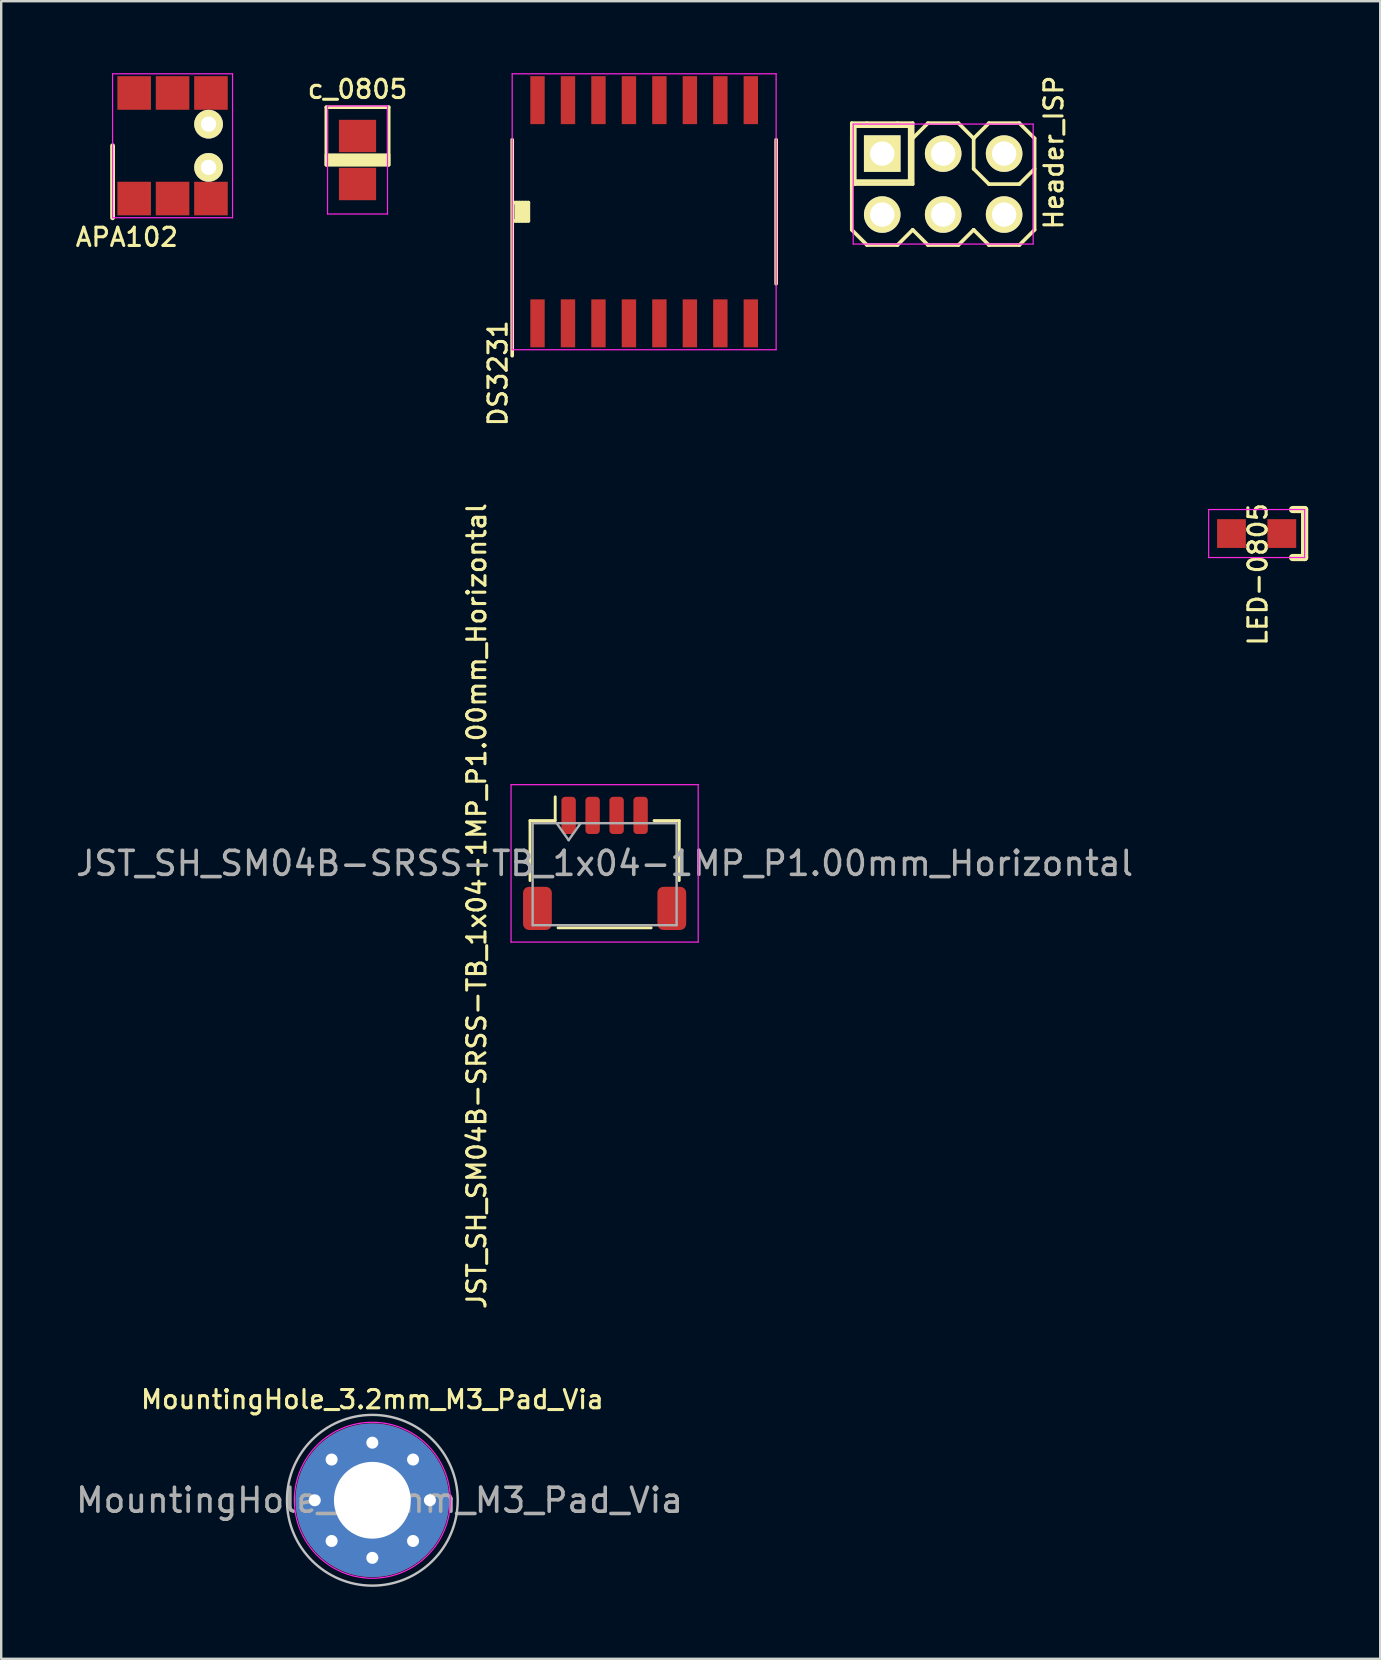
<source format=kicad_pcb>
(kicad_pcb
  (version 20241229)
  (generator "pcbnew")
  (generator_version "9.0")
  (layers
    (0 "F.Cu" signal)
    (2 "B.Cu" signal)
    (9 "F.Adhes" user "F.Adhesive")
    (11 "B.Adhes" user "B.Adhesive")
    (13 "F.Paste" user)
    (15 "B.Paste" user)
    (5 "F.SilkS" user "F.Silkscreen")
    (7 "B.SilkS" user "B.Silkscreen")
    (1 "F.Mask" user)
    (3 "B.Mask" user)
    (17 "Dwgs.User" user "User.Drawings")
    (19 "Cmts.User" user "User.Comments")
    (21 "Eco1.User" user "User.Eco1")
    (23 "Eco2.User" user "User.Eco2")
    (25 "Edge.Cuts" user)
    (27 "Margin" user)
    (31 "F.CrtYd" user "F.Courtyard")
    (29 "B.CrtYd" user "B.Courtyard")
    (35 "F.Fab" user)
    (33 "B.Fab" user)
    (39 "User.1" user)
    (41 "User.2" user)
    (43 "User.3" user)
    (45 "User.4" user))
  (footprint "APA102"
    (layer "F.Cu")
    (at 4.142 3.025)
    (property "Reference" "APA102" (at -1.905 3.81 0) (layer "F.SilkS") (effects (font (size 0.762 0.762) (thickness 0.127))))
    (attr smd)
    (fp_line (start -2.5 0) (end -2.5 3) (stroke (width 0.2) (type solid)) (layer "F.SilkS"))
    (fp_line (start -2.5 -3) (end -2.5 3) (stroke (width 0.05) (type solid)) (layer "F.CrtYd"))
    (fp_line (start -2.5 3) (end 2.5 3) (stroke (width 0.05) (type solid)) (layer "F.CrtYd"))
    (fp_line (start 2.5 -3) (end -2.5 -3) (stroke (width 0.05) (type solid)) (layer "F.CrtYd"))
    (fp_line (start 2.5 3) (end 2.5 -3) (stroke (width 0.05) (type solid)) (layer "F.CrtYd"))
    (pad "1" smd rect (at -1.6 2.2 90) (size 1.4 1.4) (layers "F.Cu" "F.Mask" "F.Paste"))
    (pad "2" smd rect (at 0 2.2 90) (size 1.4 1.4) (layers "F.Cu" "F.Mask" "F.Paste"))
    (pad "3" thru_hole circle (at 1.5 0.9) (size 1.2 1.2) (drill 0.635) (layers "*.Cu" "F.SilkS"))
    (pad "3" smd rect (at 1.6 2.2 90) (size 1.4 1.4) (layers "F.Cu" "F.Mask" "F.Paste"))
    (pad "4" thru_hole circle (at 1.5 -0.9) (size 1.2 1.2) (drill 0.635) (layers "*.Cu" "F.SilkS"))
    (pad "4" smd rect (at 1.6 -2.2 90) (size 1.4 1.4) (layers "F.Cu" "F.Mask" "F.Paste"))
    (pad "5" smd rect (at 0 -2.2 90) (size 1.4 1.4) (layers "F.Cu" "F.Mask" "F.Paste"))
    (pad "6" smd rect (at -1.6 -2.2 90) (size 1.4 1.4) (layers "F.Cu" "F.Mask" "F.Paste")))
  (footprint "c_0805"
    (layer "F.Cu")
    (at 11.85 3.619)
    (property "Reference" "c_0805" (at 0 -2.95 180) (layer "F.SilkS") (effects (font (size 0.762 0.762) (thickness 0.127))))
    (attr smd)
    (fp_line (start -1.3 -2.2) (end 1.3 -2.2) (stroke (width 0.15) (type solid)) (layer "F.SilkS"))
    (fp_line (start -1.3 -0.2) (end 1.3 -0.2) (stroke (width 0.15) (type solid)) (layer "F.SilkS"))
    (fp_line (start -1.3 -0.1) (end 1.3 -0.1) (stroke (width 0.15) (type solid)) (layer "F.SilkS"))
    (fp_line (start -1.3 0.1) (end 1.3 0.1) (stroke (width 0.15) (type solid)) (layer "F.SilkS"))
    (fp_line (start -1.3 0.2) (end -1.3 -2.2) (stroke (width 0.15) (type solid)) (layer "F.SilkS"))
    (fp_line (start -1.3 0.2) (end 1.3 0.2) (stroke (width 0.15) (type solid)) (layer "F.SilkS"))
    (fp_line (start 1.3 -2.2) (end 1.3 0.2) (stroke (width 0.15) (type solid)) (layer "F.SilkS"))
    (fp_line (start 1.3 0) (end -1.3 0) (stroke (width 0.15) (type solid)) (layer "F.SilkS"))
    (fp_line (start -1.25 -2.25) (end 1.25 -2.25) (stroke (width 0.05) (type solid)) (layer "F.CrtYd"))
    (fp_line (start -1.25 2.25) (end -1.25 -2.25) (stroke (width 0.05) (type solid)) (layer "F.CrtYd"))
    (fp_line (start 1.25 -2.25) (end 1.25 2.25) (stroke (width 0.05) (type solid)) (layer "F.CrtYd"))
    (fp_line (start 1.25 2.25) (end -1.25 2.25) (stroke (width 0.05) (type solid)) (layer "F.CrtYd"))
    (pad "1" smd rect (at 0 -1 90) (size 1.35 1.55) (layers "F.Cu" "F.Mask" "F.Paste"))
    (pad "2" smd rect (at 0 1 90) (size 1.35 1.55) (layers "F.Cu" "F.Mask" "F.Paste")))
  (footprint "MountingHole_3.2mm_M3_Pad_Via"
    (layer "F.Cu")
    (at 12.468 59.477)
    (property "Reference" "MountingHole_3.2mm_M3_Pad_Via" (at 0 -4.2 0) (layer "F.SilkS") (effects (font (size 0.762 0.762) (thickness 0.127))))
    (attr exclude_from_pos_files exclude_from_bom)
    (fp_circle (center 0 0) (end 3.556 0.127) (stroke (width 0.1) (type solid)) (fill no) (layer "Dwgs.User"))
    (fp_circle (center 0 0) (end 3.25 0) (stroke (width 0.05) (type solid)) (fill no) (layer "F.CrtYd"))
    (fp_text user "${REFERENCE}" (at 0.3 0 0) (layer "F.Fab") (effects (font (size 1 1) (thickness 0.15))))
    (pad "1" thru_hole circle (at -2.4 0) (size 0.8 0.8) (drill 0.5) (layers "*.Cu" "*.Mask"))
    (pad "1" thru_hole circle (at -1.697 -1.697) (size 0.8 0.8) (drill 0.5) (layers "*.Cu" "*.Mask"))
    (pad "1" thru_hole circle (at -1.697 1.697) (size 0.8 0.8) (drill 0.5) (layers "*.Cu" "*.Mask"))
    (pad "1" thru_hole circle (at 0 -2.4) (size 0.8 0.8) (drill 0.5) (layers "*.Cu" "*.Mask"))
    (pad "1" thru_hole circle (at 0 0) (size 6.4 6.4) (drill 3.2) (layers "*.Cu" "*.Mask"))
    (pad "1" thru_hole circle (at 0 2.4) (size 0.8 0.8) (drill 0.5) (layers "*.Cu" "*.Mask"))
    (pad "1" thru_hole circle (at 1.697 -1.697) (size 0.8 0.8) (drill 0.5) (layers "*.Cu" "*.Mask"))
    (pad "1" thru_hole circle (at 1.697 1.697) (size 0.8 0.8) (drill 0.5) (layers "*.Cu" "*.Mask"))
    (pad "1" thru_hole circle (at 2.4 0) (size 0.8 0.8) (drill 0.5) (layers "*.Cu" "*.Mask")))
  (footprint "JST_SH_SM04B-SRSS-TB_1x04-1MP_P1.00mm_Horizontal"
    (layer "F.Cu")
    (at 22.149 32.934)
    (property "Reference" "JST_SH_SM04B-SRSS-TB_1x04-1MP_P1.00mm_Horizontal" (at -5.334 1.778 90) (layer "F.SilkS") (effects (font (size 0.762 0.762) (thickness 0.127))))
    (attr smd)
    (fp_line (start -3.11 -1.785) (end -2.06 -1.785) (stroke (width 0.12) (type solid)) (layer "F.SilkS"))
    (fp_line (start -3.11 0.715) (end -3.11 -1.785) (stroke (width 0.12) (type solid)) (layer "F.SilkS"))
    (fp_line (start -2.06 -1.785) (end -2.06 -2.775) (stroke (width 0.12) (type solid)) (layer "F.SilkS"))
    (fp_line (start -1.94 2.685) (end 1.94 2.685) (stroke (width 0.12) (type solid)) (layer "F.SilkS"))
    (fp_line (start 3.11 -1.785) (end 2.06 -1.785) (stroke (width 0.12) (type solid)) (layer "F.SilkS"))
    (fp_line (start 3.11 0.715) (end 3.11 -1.785) (stroke (width 0.12) (type solid)) (layer "F.SilkS"))
    (fp_line (start -3.9 -3.28) (end -3.9 3.28) (stroke (width 0.05) (type solid)) (layer "F.CrtYd"))
    (fp_line (start -3.9 3.28) (end 3.9 3.28) (stroke (width 0.05) (type solid)) (layer "F.CrtYd"))
    (fp_line (start 3.9 -3.28) (end -3.9 -3.28) (stroke (width 0.05) (type solid)) (layer "F.CrtYd"))
    (fp_line (start 3.9 3.28) (end 3.9 -3.28) (stroke (width 0.05) (type solid)) (layer "F.CrtYd"))
    (fp_line (start -3 -1.675) (end -3 2.575) (stroke (width 0.1) (type solid)) (layer "F.Fab"))
    (fp_line (start -3 -1.675) (end 3 -1.675) (stroke (width 0.1) (type solid)) (layer "F.Fab"))
    (fp_line (start -3 2.575) (end 3 2.575) (stroke (width 0.1) (type solid)) (layer "F.Fab"))
    (fp_line (start -2 -1.675) (end -1.5 -0.968) (stroke (width 0.1) (type solid)) (layer "F.Fab"))
    (fp_line (start -1.5 -0.968) (end -1 -1.675) (stroke (width 0.1) (type solid)) (layer "F.Fab"))
    (fp_line (start 3 -1.675) (end 3 2.575) (stroke (width 0.1) (type solid)) (layer "F.Fab"))
    (fp_text user "${REFERENCE}" (at 0 0 0) (layer "F.Fab") (effects (font (size 1 1) (thickness 0.15))))
    (pad "1" smd roundrect (at -1.5 -2) (size 0.6 1.55) (layers "F.Cu" "F.Mask" "F.Paste") (roundrect_rratio 0.25))
    (pad "2" smd roundrect (at -0.5 -2) (size 0.6 1.55) (layers "F.Cu" "F.Mask" "F.Paste") (roundrect_rratio 0.25))
    (pad "3" smd roundrect (at 0.5 -2) (size 0.6 1.55) (layers "F.Cu" "F.Mask" "F.Paste") (roundrect_rratio 0.25))
    (pad "4" smd roundrect (at 1.5 -2) (size 0.6 1.55) (layers "F.Cu" "F.Mask" "F.Paste") (roundrect_rratio 0.25))
    (pad "MP" smd roundrect (at -2.8 1.875) (size 1.2 1.8) (layers "F.Cu" "F.Mask" "F.Paste") (roundrect_rratio 0.208))
    (pad "MP" smd roundrect (at 2.8 1.875) (size 1.2 1.8) (layers "F.Cu" "F.Mask" "F.Paste") (roundrect_rratio 0.208)))
  (footprint "DS3231"
    (layer "F.Cu")
    (at 23.797 5.775)
    (property "Reference" "DS3231" (at -6.096 6.731 270) (layer "F.SilkS") (effects (font (size 0.762 0.762) (thickness 0.127))))
    (attr smd)
    (fp_line (start -5.5 -3) (end -5.5 6) (stroke (width 0.152) (type solid)) (layer "F.SilkS"))
    (fp_line (start -5.461 -0.381) (end -4.826 -0.381) (stroke (width 0.152) (type solid)) (layer "F.SilkS"))
    (fp_line (start -5.461 0.381) (end -4.826 0.381) (stroke (width 0.152) (type solid)) (layer "F.SilkS"))
    (fp_line (start -5.334 -0.381) (end -5.334 0.381) (stroke (width 0.152) (type solid)) (layer "F.SilkS"))
    (fp_line (start -5.207 -0.381) (end -5.207 0.381) (stroke (width 0.152) (type solid)) (layer "F.SilkS"))
    (fp_line (start -5.08 -0.381) (end -5.08 0.381) (stroke (width 0.152) (type solid)) (layer "F.SilkS"))
    (fp_line (start -4.953 -0.381) (end -4.953 0.381) (stroke (width 0.152) (type solid)) (layer "F.SilkS"))
    (fp_line (start -4.826 -0.381) (end -4.826 0.381) (stroke (width 0.152) (type solid)) (layer "F.SilkS"))
    (fp_line (start 5.5 3) (end 5.5 -3) (stroke (width 0.152) (type solid)) (layer "F.SilkS"))
    (fp_line (start -5.5 -5.75) (end -5.5 5.75) (stroke (width 0.05) (type solid)) (layer "F.CrtYd"))
    (fp_line (start -5.5 5.75) (end 5.5 5.75) (stroke (width 0.05) (type solid)) (layer "F.CrtYd"))
    (fp_line (start 5.5 -5.75) (end -5.5 -5.75) (stroke (width 0.05) (type solid)) (layer "F.CrtYd"))
    (fp_line (start 5.5 -5.5) (end 5.5 -5.75) (stroke (width 0.05) (type solid)) (layer "F.CrtYd"))
    (fp_line (start 5.5 5.75) (end 5.5 -5.5) (stroke (width 0.05) (type solid)) (layer "F.CrtYd"))
    (pad "1" smd rect (at -4.445 4.651) (size 0.599 1.999) (layers "F.Cu" "F.Mask" "F.Paste"))
    (pad "2" smd rect (at -3.175 4.651) (size 0.599 1.999) (layers "F.Cu" "F.Mask" "F.Paste"))
    (pad "3" smd rect (at -1.905 4.651) (size 0.599 1.999) (layers "F.Cu" "F.Mask" "F.Paste"))
    (pad "4" smd rect (at -0.635 4.651) (size 0.599 1.999) (layers "F.Cu" "F.Mask" "F.Paste"))
    (pad "5" smd rect (at 0.635 4.651) (size 0.599 1.999) (layers "F.Cu" "F.Mask" "F.Paste"))
    (pad "6" smd rect (at 1.905 4.651) (size 0.599 1.999) (layers "F.Cu" "F.Mask" "F.Paste"))
    (pad "7" smd rect (at 3.175 4.651) (size 0.599 1.999) (layers "F.Cu" "F.Mask" "F.Paste"))
    (pad "8" smd rect (at 4.445 4.651) (size 0.599 1.999) (layers "F.Cu" "F.Mask" "F.Paste"))
    (pad "9" smd rect (at 4.445 -4.651) (size 0.599 1.999) (layers "F.Cu" "F.Mask" "F.Paste"))
    (pad "10" smd rect (at 3.175 -4.651) (size 0.599 1.999) (layers "F.Cu" "F.Mask" "F.Paste"))
    (pad "11" smd rect (at 1.905 -4.651) (size 0.599 1.999) (layers "F.Cu" "F.Mask" "F.Paste"))
    (pad "12" smd rect (at 0.635 -4.651) (size 0.599 1.999) (layers "F.Cu" "F.Mask" "F.Paste"))
    (pad "13" smd rect (at -0.635 -4.651) (size 0.599 1.999) (layers "F.Cu" "F.Mask" "F.Paste"))
    (pad "14" smd rect (at -1.905 -4.651) (size 0.599 1.999) (layers "F.Cu" "F.Mask" "F.Paste"))
    (pad "15" smd rect (at -3.175 -4.651) (size 0.599 1.999) (layers "F.Cu" "F.Mask" "F.Paste"))
    (pad "16" smd rect (at -4.445 -4.651) (size 0.599 1.999) (layers "F.Cu" "F.Mask" "F.Paste")))
  (footprint "Header_ISP"
    (layer "F.Cu")
    (at 36.259 4.622)
    (property "Reference" "Header_ISP" (at 4.61 -1.315 270) (layer "F.SilkS") (effects (font (size 0.762 0.762) (thickness 0.127))))
    (attr smd)
    (fp_line (start -3.81 -2.54) (end -3.175 -2.54) (stroke (width 0.15) (type solid)) (layer "F.SilkS"))
    (fp_line (start -3.81 -1.905) (end -3.81 -2.54) (stroke (width 0.15) (type solid)) (layer "F.SilkS"))
    (fp_line (start -3.81 1.905) (end -3.81 -1.905) (stroke (width 0.152) (type solid)) (layer "F.SilkS"))
    (fp_line (start -3.683 -2.413) (end -1.397 -2.413) (stroke (width 0.15) (type solid)) (layer "F.SilkS"))
    (fp_line (start -3.683 0) (end -3.683 -2.413) (stroke (width 0.15) (type solid)) (layer "F.SilkS"))
    (fp_line (start -3.175 -2.54) (end -1.905 -2.54) (stroke (width 0.152) (type solid)) (layer "F.SilkS"))
    (fp_line (start -3.175 2.54) (end -3.81 1.905) (stroke (width 0.152) (type solid)) (layer "F.SilkS"))
    (fp_line (start -1.905 -2.54) (end -1.27 -2.54) (stroke (width 0.15) (type solid)) (layer "F.SilkS"))
    (fp_line (start -1.905 2.54) (end -3.175 2.54) (stroke (width 0.152) (type solid)) (layer "F.SilkS"))
    (fp_line (start -1.397 -2.413) (end -1.397 -0.127) (stroke (width 0.15) (type solid)) (layer "F.SilkS"))
    (fp_line (start -1.397 -0.127) (end -3.683 -0.127) (stroke (width 0.15) (type solid)) (layer "F.SilkS"))
    (fp_line (start -1.27 -2.54) (end -1.27 -1.905) (stroke (width 0.15) (type solid)) (layer "F.SilkS"))
    (fp_line (start -1.27 -1.905) (end -1.27 0) (stroke (width 0.15) (type solid)) (layer "F.SilkS"))
    (fp_line (start -1.27 -1.905) (end -0.635 -2.54) (stroke (width 0.152) (type solid)) (layer "F.SilkS"))
    (fp_line (start -1.27 0) (end -3.81 0) (stroke (width 0.15) (type solid)) (layer "F.SilkS"))
    (fp_line (start -1.27 1.905) (end -1.905 2.54) (stroke (width 0.152) (type solid)) (layer "F.SilkS"))
    (fp_line (start -0.635 -2.54) (end 0.635 -2.54) (stroke (width 0.152) (type solid)) (layer "F.SilkS"))
    (fp_line (start -0.635 2.54) (end -1.27 1.905) (stroke (width 0.152) (type solid)) (layer "F.SilkS"))
    (fp_line (start 0.635 -2.54) (end 1.27 -1.905) (stroke (width 0.152) (type solid)) (layer "F.SilkS"))
    (fp_line (start 0.635 2.54) (end -0.635 2.54) (stroke (width 0.152) (type solid)) (layer "F.SilkS"))
    (fp_line (start 1.27 -1.905) (end 1.27 -0.635) (stroke (width 0.152) (type solid)) (layer "F.SilkS"))
    (fp_line (start 1.27 -1.905) (end 1.905 -2.54) (stroke (width 0.152) (type solid)) (layer "F.SilkS"))
    (fp_line (start 1.27 -0.635) (end 1.905 0) (stroke (width 0.152) (type solid)) (layer "F.SilkS"))
    (fp_line (start 1.27 1.905) (end 0.635 2.54) (stroke (width 0.152) (type solid)) (layer "F.SilkS"))
    (fp_line (start 1.905 -2.54) (end 3.175 -2.54) (stroke (width 0.152) (type solid)) (layer "F.SilkS"))
    (fp_line (start 1.905 0) (end 3.175 0) (stroke (width 0.152) (type solid)) (layer "F.SilkS"))
    (fp_line (start 1.905 2.54) (end 1.27 1.905) (stroke (width 0.152) (type solid)) (layer "F.SilkS"))
    (fp_line (start 3.175 -2.54) (end 3.81 -1.905) (stroke (width 0.152) (type solid)) (layer "F.SilkS"))
    (fp_line (start 3.175 0) (end 3.81 -0.635) (stroke (width 0.152) (type solid)) (layer "F.SilkS"))
    (fp_line (start 3.175 2.54) (end 1.905 2.54) (stroke (width 0.152) (type solid)) (layer "F.SilkS"))
    (fp_line (start 3.81 -1.905) (end 3.81 1.905) (stroke (width 0.152) (type solid)) (layer "F.SilkS"))
    (fp_line (start 3.81 1.905) (end 3.175 2.54) (stroke (width 0.152) (type solid)) (layer "F.SilkS"))
    (fp_line (start -3.75 -2.5) (end 3.75 -2.5) (stroke (width 0.05) (type solid)) (layer "F.CrtYd"))
    (fp_line (start -3.75 2.5) (end -3.75 -2.5) (stroke (width 0.05) (type solid)) (layer "F.CrtYd"))
    (fp_line (start 3.75 -2.5) (end 3.75 2.5) (stroke (width 0.05) (type solid)) (layer "F.CrtYd"))
    (fp_line (start 3.75 2.5) (end -3.75 2.5) (stroke (width 0.05) (type solid)) (layer "F.CrtYd"))
    (pad "1" thru_hole circle (at 2.54 1.27) (size 1.524 1.524) (drill 1.016) (layers "*.Cu" "*.Mask" "F.SilkS"))
    (pad "2" thru_hole circle (at 2.54 -1.27) (size 1.524 1.524) (drill 1.016) (layers "*.Cu" "*.Mask" "F.SilkS"))
    (pad "3" thru_hole circle (at 0 1.27) (size 1.524 1.524) (drill 1.016) (layers "*.Cu" "*.Mask" "F.SilkS"))
    (pad "4" thru_hole circle (at 0 -1.27) (size 1.524 1.524) (drill 1.016) (layers "*.Cu" "*.Mask" "F.SilkS"))
    (pad "5" thru_hole circle (at -2.54 1.27) (size 1.524 1.524) (drill 1.016) (layers "*.Cu" "*.Mask" "F.SilkS"))
    (pad "6" thru_hole rect (at -2.54 -1.27) (size 1.524 1.524) (drill 1.016) (layers "*.Cu" "*.Mask" "F.SilkS")))
  (footprint "LED-0805"
    (layer "F.Cu")
    (at 49.323 19.187)
    (property "Reference" "LED-0805" (at 0.05 1.7 270) (layer "F.SilkS") (effects (font (size 0.762 0.762) (thickness 0.127))))
    (attr smd)
    (fp_line (start 2 -1) (end 1.5 -1) (stroke (width 0.3) (type solid)) (layer "F.SilkS"))
    (fp_line (start 2 -1) (end 2 1) (stroke (width 0.3) (type solid)) (layer "F.SilkS"))
    (fp_line (start 2 1) (end 1.5 1) (stroke (width 0.3) (type solid)) (layer "F.SilkS"))
    (fp_line (start -2 -1) (end 2 -1) (stroke (width 0.05) (type solid)) (layer "F.CrtYd"))
    (fp_line (start -2 1) (end -2 -1) (stroke (width 0.05) (type solid)) (layer "F.CrtYd"))
    (fp_line (start 2 -1) (end 2 1) (stroke (width 0.05) (type solid)) (layer "F.CrtYd"))
    (fp_line (start 2 1) (end -2 1) (stroke (width 0.05) (type solid)) (layer "F.CrtYd"))
    (pad "1" smd rect (at -1.049 0) (size 1.199 1.199) (layers "F.Cu" "F.Mask" "F.Paste"))
    (pad "2" smd rect (at 1.049 0) (size 1.199 1.199) (layers "F.Cu" "F.Mask" "F.Paste")))
  (gr_rect
    (start -3 -3)
    (end 54.473 66.085)
    (stroke (width 0.1) (type default))
    (fill no)
    (layer "Edge.Cuts")))
</source>
